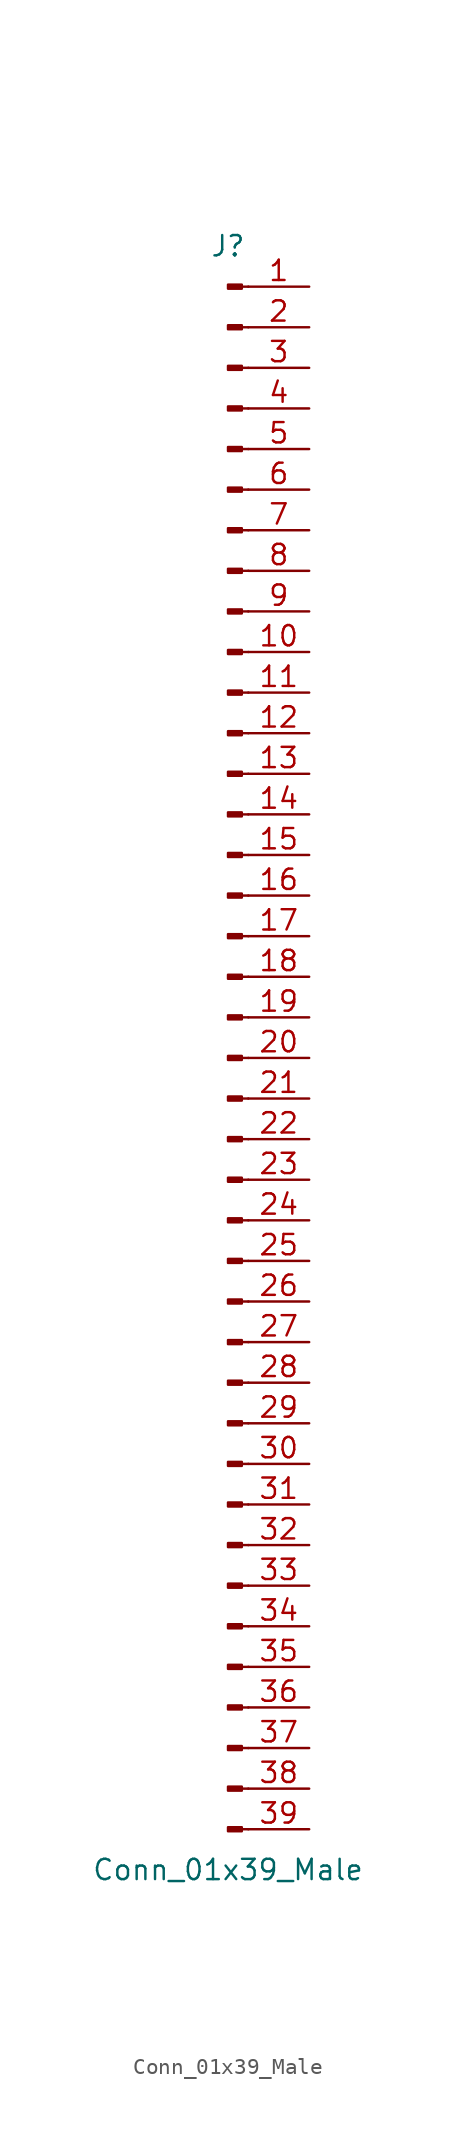
<source format=kicad_sym>
(kicad_symbol_lib
  (version 20220914)
  (generator kicad_symbol_editor)
  (symbol "Conn_01x39_Male"
    (pin_names
      (offset 1.016) hide)
    (property "Reference" "J"
      (at 0 50.8 0)
      (effects (font (size 1.27 1.27))))
    (property "Value" "Conn_01x39_Male"
      (at 0 -50.8 0)
      (effects (font (size 1.27 1.27))))
    (symbol "Conn_01x39_Male_1_1"
      (polyline (pts (xy 1.27 -48.26) (xy 0.864 -48.26)) (stroke (width 0.152) (type default)) (fill (type none)))
      (polyline (pts (xy 1.27 -45.72) (xy 0.864 -45.72)) (stroke (width 0.152) (type default)) (fill (type none)))
      (polyline (pts (xy 1.27 -43.18) (xy 0.864 -43.18)) (stroke (width 0.152) (type default)) (fill (type none)))
      (polyline (pts (xy 1.27 -40.64) (xy 0.864 -40.64)) (stroke (width 0.152) (type default)) (fill (type none)))
      (polyline (pts (xy 1.27 -38.1) (xy 0.864 -38.1)) (stroke (width 0.152) (type default)) (fill (type none)))
      (polyline (pts (xy 1.27 -35.56) (xy 0.864 -35.56)) (stroke (width 0.152) (type default)) (fill (type none)))
      (polyline (pts (xy 1.27 -33.02) (xy 0.864 -33.02)) (stroke (width 0.152) (type default)) (fill (type none)))
      (polyline (pts (xy 1.27 -30.48) (xy 0.864 -30.48)) (stroke (width 0.152) (type default)) (fill (type none)))
      (polyline (pts (xy 1.27 -27.94) (xy 0.864 -27.94)) (stroke (width 0.152) (type default)) (fill (type none)))
      (polyline (pts (xy 1.27 -25.4) (xy 0.864 -25.4)) (stroke (width 0.152) (type default)) (fill (type none)))
      (polyline (pts (xy 1.27 -22.86) (xy 0.864 -22.86)) (stroke (width 0.152) (type default)) (fill (type none)))
      (polyline (pts (xy 1.27 -20.32) (xy 0.864 -20.32)) (stroke (width 0.152) (type default)) (fill (type none)))
      (polyline (pts (xy 1.27 -17.78) (xy 0.864 -17.78)) (stroke (width 0.152) (type default)) (fill (type none)))
      (polyline (pts (xy 1.27 -15.24) (xy 0.864 -15.24)) (stroke (width 0.152) (type default)) (fill (type none)))
      (polyline (pts (xy 1.27 -12.7) (xy 0.864 -12.7)) (stroke (width 0.152) (type default)) (fill (type none)))
      (polyline (pts (xy 1.27 -10.16) (xy 0.864 -10.16)) (stroke (width 0.152) (type default)) (fill (type none)))
      (polyline (pts (xy 1.27 -7.62) (xy 0.864 -7.62)) (stroke (width 0.152) (type default)) (fill (type none)))
      (polyline (pts (xy 1.27 -5.08) (xy 0.864 -5.08)) (stroke (width 0.152) (type default)) (fill (type none)))
      (polyline (pts (xy 1.27 -2.54) (xy 0.864 -2.54)) (stroke (width 0.152) (type default)) (fill (type none)))
      (polyline (pts (xy 1.27 0) (xy 0.864 0)) (stroke (width 0.152) (type default)) (fill (type none)))
      (polyline (pts (xy 1.27 2.54) (xy 0.864 2.54)) (stroke (width 0.152) (type default)) (fill (type none)))
      (polyline (pts (xy 1.27 5.08) (xy 0.864 5.08)) (stroke (width 0.152) (type default)) (fill (type none)))
      (polyline (pts (xy 1.27 7.62) (xy 0.864 7.62)) (stroke (width 0.152) (type default)) (fill (type none)))
      (polyline (pts (xy 1.27 10.16) (xy 0.864 10.16)) (stroke (width 0.152) (type default)) (fill (type none)))
      (polyline (pts (xy 1.27 12.7) (xy 0.864 12.7)) (stroke (width 0.152) (type default)) (fill (type none)))
      (polyline (pts (xy 1.27 15.24) (xy 0.864 15.24)) (stroke (width 0.152) (type default)) (fill (type none)))
      (polyline (pts (xy 1.27 17.78) (xy 0.864 17.78)) (stroke (width 0.152) (type default)) (fill (type none)))
      (polyline (pts (xy 1.27 20.32) (xy 0.864 20.32)) (stroke (width 0.152) (type default)) (fill (type none)))
      (polyline (pts (xy 1.27 22.86) (xy 0.864 22.86)) (stroke (width 0.152) (type default)) (fill (type none)))
      (polyline (pts (xy 1.27 25.4) (xy 0.864 25.4)) (stroke (width 0.152) (type default)) (fill (type none)))
      (polyline (pts (xy 1.27 27.94) (xy 0.864 27.94)) (stroke (width 0.152) (type default)) (fill (type none)))
      (polyline (pts (xy 1.27 30.48) (xy 0.864 30.48)) (stroke (width 0.152) (type default)) (fill (type none)))
      (polyline (pts (xy 1.27 33.02) (xy 0.864 33.02)) (stroke (width 0.152) (type default)) (fill (type none)))
      (polyline (pts (xy 1.27 35.56) (xy 0.864 35.56)) (stroke (width 0.152) (type default)) (fill (type none)))
      (polyline (pts (xy 1.27 38.1) (xy 0.864 38.1)) (stroke (width 0.152) (type default)) (fill (type none)))
      (polyline (pts (xy 1.27 40.64) (xy 0.864 40.64)) (stroke (width 0.152) (type default)) (fill (type none)))
      (polyline (pts (xy 1.27 43.18) (xy 0.864 43.18)) (stroke (width 0.152) (type default)) (fill (type none)))
      (polyline (pts (xy 1.27 45.72) (xy 0.864 45.72)) (stroke (width 0.152) (type default)) (fill (type none)))
      (polyline (pts (xy 1.27 48.26) (xy 0.864 48.26)) (stroke (width 0.152) (type default)) (fill (type none)))
      (rectangle (start 0.864 -48.133) (end 0 -48.387) (stroke (width 0.152) (type default)) (fill (type outline)))
      (rectangle (start 0.864 -45.593) (end 0 -45.847) (stroke (width 0.152) (type default)) (fill (type outline)))
      (rectangle (start 0.864 -43.053) (end 0 -43.307) (stroke (width 0.152) (type default)) (fill (type outline)))
      (rectangle (start 0.864 -40.513) (end 0 -40.767) (stroke (width 0.152) (type default)) (fill (type outline)))
      (rectangle (start 0.864 -37.973) (end 0 -38.227) (stroke (width 0.152) (type default)) (fill (type outline)))
      (rectangle (start 0.864 -35.433) (end 0 -35.687) (stroke (width 0.152) (type default)) (fill (type outline)))
      (rectangle (start 0.864 -32.893) (end 0 -33.147) (stroke (width 0.152) (type default)) (fill (type outline)))
      (rectangle (start 0.864 -30.353) (end 0 -30.607) (stroke (width 0.152) (type default)) (fill (type outline)))
      (rectangle (start 0.864 -27.813) (end 0 -28.067) (stroke (width 0.152) (type default)) (fill (type outline)))
      (rectangle (start 0.864 -25.273) (end 0 -25.527) (stroke (width 0.152) (type default)) (fill (type outline)))
      (rectangle (start 0.864 -22.733) (end 0 -22.987) (stroke (width 0.152) (type default)) (fill (type outline)))
      (rectangle (start 0.864 -20.193) (end 0 -20.447) (stroke (width 0.152) (type default)) (fill (type outline)))
      (rectangle (start 0.864 -17.653) (end 0 -17.907) (stroke (width 0.152) (type default)) (fill (type outline)))
      (rectangle (start 0.864 -15.113) (end 0 -15.367) (stroke (width 0.152) (type default)) (fill (type outline)))
      (rectangle (start 0.864 -12.573) (end 0 -12.827) (stroke (width 0.152) (type default)) (fill (type outline)))
      (rectangle (start 0.864 -10.033) (end 0 -10.287) (stroke (width 0.152) (type default)) (fill (type outline)))
      (rectangle (start 0.864 -7.493) (end 0 -7.747) (stroke (width 0.152) (type default)) (fill (type outline)))
      (rectangle (start 0.864 -4.953) (end 0 -5.207) (stroke (width 0.152) (type default)) (fill (type outline)))
      (rectangle (start 0.864 -2.413) (end 0 -2.667) (stroke (width 0.152) (type default)) (fill (type outline)))
      (rectangle (start 0.864 0.127) (end 0 -0.127) (stroke (width 0.152) (type default)) (fill (type outline)))
      (rectangle (start 0.864 2.667) (end 0 2.413) (stroke (width 0.152) (type default)) (fill (type outline)))
      (rectangle (start 0.864 5.207) (end 0 4.953) (stroke (width 0.152) (type default)) (fill (type outline)))
      (rectangle (start 0.864 7.747) (end 0 7.493) (stroke (width 0.152) (type default)) (fill (type outline)))
      (rectangle (start 0.864 10.287) (end 0 10.033) (stroke (width 0.152) (type default)) (fill (type outline)))
      (rectangle (start 0.864 12.827) (end 0 12.573) (stroke (width 0.152) (type default)) (fill (type outline)))
      (rectangle (start 0.864 15.367) (end 0 15.113) (stroke (width 0.152) (type default)) (fill (type outline)))
      (rectangle (start 0.864 17.907) (end 0 17.653) (stroke (width 0.152) (type default)) (fill (type outline)))
      (rectangle (start 0.864 20.447) (end 0 20.193) (stroke (width 0.152) (type default)) (fill (type outline)))
      (rectangle (start 0.864 22.987) (end 0 22.733) (stroke (width 0.152) (type default)) (fill (type outline)))
      (rectangle (start 0.864 25.527) (end 0 25.273) (stroke (width 0.152) (type default)) (fill (type outline)))
      (rectangle (start 0.864 28.067) (end 0 27.813) (stroke (width 0.152) (type default)) (fill (type outline)))
      (rectangle (start 0.864 30.607) (end 0 30.353) (stroke (width 0.152) (type default)) (fill (type outline)))
      (rectangle (start 0.864 33.147) (end 0 32.893) (stroke (width 0.152) (type default)) (fill (type outline)))
      (rectangle (start 0.864 35.687) (end 0 35.433) (stroke (width 0.152) (type default)) (fill (type outline)))
      (rectangle (start 0.864 38.227) (end 0 37.973) (stroke (width 0.152) (type default)) (fill (type outline)))
      (rectangle (start 0.864 40.767) (end 0 40.513) (stroke (width 0.152) (type default)) (fill (type outline)))
      (rectangle (start 0.864 43.307) (end 0 43.053) (stroke (width 0.152) (type default)) (fill (type outline)))
      (rectangle (start 0.864 45.847) (end 0 45.593) (stroke (width 0.152) (type default)) (fill (type outline)))
      (rectangle (start 0.864 48.387) (end 0 48.133) (stroke (width 0.152) (type default)) (fill (type outline)))
      (pin passive line (at 5.08 48.26 180) (length 3.81) (name "Pin_1" (effects (font (size 1.27 1.27)))) (number "1" (effects (font (size 1.27 1.27)))))
      (pin passive line (at 5.08 25.4 180) (length 3.81) (name "Pin_10" (effects (font (size 1.27 1.27)))) (number "10" (effects (font (size 1.27 1.27)))))
      (pin passive line (at 5.08 22.86 180) (length 3.81) (name "Pin_11" (effects (font (size 1.27 1.27)))) (number "11" (effects (font (size 1.27 1.27)))))
      (pin passive line (at 5.08 20.32 180) (length 3.81) (name "Pin_12" (effects (font (size 1.27 1.27)))) (number "12" (effects (font (size 1.27 1.27)))))
      (pin passive line (at 5.08 17.78 180) (length 3.81) (name "Pin_13" (effects (font (size 1.27 1.27)))) (number "13" (effects (font (size 1.27 1.27)))))
      (pin passive line (at 5.08 15.24 180) (length 3.81) (name "Pin_14" (effects (font (size 1.27 1.27)))) (number "14" (effects (font (size 1.27 1.27)))))
      (pin passive line (at 5.08 12.7 180) (length 3.81) (name "Pin_15" (effects (font (size 1.27 1.27)))) (number "15" (effects (font (size 1.27 1.27)))))
      (pin passive line (at 5.08 10.16 180) (length 3.81) (name "Pin_16" (effects (font (size 1.27 1.27)))) (number "16" (effects (font (size 1.27 1.27)))))
      (pin passive line (at 5.08 7.62 180) (length 3.81) (name "Pin_17" (effects (font (size 1.27 1.27)))) (number "17" (effects (font (size 1.27 1.27)))))
      (pin passive line (at 5.08 5.08 180) (length 3.81) (name "Pin_18" (effects (font (size 1.27 1.27)))) (number "18" (effects (font (size 1.27 1.27)))))
      (pin passive line (at 5.08 2.54 180) (length 3.81) (name "Pin_19" (effects (font (size 1.27 1.27)))) (number "19" (effects (font (size 1.27 1.27)))))
      (pin passive line (at 5.08 45.72 180) (length 3.81) (name "Pin_2" (effects (font (size 1.27 1.27)))) (number "2" (effects (font (size 1.27 1.27)))))
      (pin passive line (at 5.08 0 180) (length 3.81) (name "Pin_20" (effects (font (size 1.27 1.27)))) (number "20" (effects (font (size 1.27 1.27)))))
      (pin passive line (at 5.08 -2.54 180) (length 3.81) (name "Pin_21" (effects (font (size 1.27 1.27)))) (number "21" (effects (font (size 1.27 1.27)))))
      (pin passive line (at 5.08 -5.08 180) (length 3.81) (name "Pin_22" (effects (font (size 1.27 1.27)))) (number "22" (effects (font (size 1.27 1.27)))))
      (pin passive line (at 5.08 -7.62 180) (length 3.81) (name "Pin_23" (effects (font (size 1.27 1.27)))) (number "23" (effects (font (size 1.27 1.27)))))
      (pin passive line (at 5.08 -10.16 180) (length 3.81) (name "Pin_24" (effects (font (size 1.27 1.27)))) (number "24" (effects (font (size 1.27 1.27)))))
      (pin passive line (at 5.08 -12.7 180) (length 3.81) (name "Pin_25" (effects (font (size 1.27 1.27)))) (number "25" (effects (font (size 1.27 1.27)))))
      (pin passive line (at 5.08 -15.24 180) (length 3.81) (name "Pin_26" (effects (font (size 1.27 1.27)))) (number "26" (effects (font (size 1.27 1.27)))))
      (pin passive line (at 5.08 -17.78 180) (length 3.81) (name "Pin_27" (effects (font (size 1.27 1.27)))) (number "27" (effects (font (size 1.27 1.27)))))
      (pin passive line (at 5.08 -20.32 180) (length 3.81) (name "Pin_28" (effects (font (size 1.27 1.27)))) (number "28" (effects (font (size 1.27 1.27)))))
      (pin passive line (at 5.08 -22.86 180) (length 3.81) (name "Pin_29" (effects (font (size 1.27 1.27)))) (number "29" (effects (font (size 1.27 1.27)))))
      (pin passive line (at 5.08 43.18 180) (length 3.81) (name "Pin_3" (effects (font (size 1.27 1.27)))) (number "3" (effects (font (size 1.27 1.27)))))
      (pin passive line (at 5.08 -25.4 180) (length 3.81) (name "Pin_30" (effects (font (size 1.27 1.27)))) (number "30" (effects (font (size 1.27 1.27)))))
      (pin passive line (at 5.08 -27.94 180) (length 3.81) (name "Pin_31" (effects (font (size 1.27 1.27)))) (number "31" (effects (font (size 1.27 1.27)))))
      (pin passive line (at 5.08 -30.48 180) (length 3.81) (name "Pin_32" (effects (font (size 1.27 1.27)))) (number "32" (effects (font (size 1.27 1.27)))))
      (pin passive line (at 5.08 -33.02 180) (length 3.81) (name "Pin_33" (effects (font (size 1.27 1.27)))) (number "33" (effects (font (size 1.27 1.27)))))
      (pin passive line (at 5.08 -35.56 180) (length 3.81) (name "Pin_34" (effects (font (size 1.27 1.27)))) (number "34" (effects (font (size 1.27 1.27)))))
      (pin passive line (at 5.08 -38.1 180) (length 3.81) (name "Pin_35" (effects (font (size 1.27 1.27)))) (number "35" (effects (font (size 1.27 1.27)))))
      (pin passive line (at 5.08 -40.64 180) (length 3.81) (name "Pin_36" (effects (font (size 1.27 1.27)))) (number "36" (effects (font (size 1.27 1.27)))))
      (pin passive line (at 5.08 -43.18 180) (length 3.81) (name "Pin_37" (effects (font (size 1.27 1.27)))) (number "37" (effects (font (size 1.27 1.27)))))
      (pin passive line (at 5.08 -45.72 180) (length 3.81) (name "Pin_38" (effects (font (size 1.27 1.27)))) (number "38" (effects (font (size 1.27 1.27)))))
      (pin passive line (at 5.08 -48.26 180) (length 3.81) (name "Pin_39" (effects (font (size 1.27 1.27)))) (number "39" (effects (font (size 1.27 1.27)))))
      (pin passive line (at 5.08 40.64 180) (length 3.81) (name "Pin_4" (effects (font (size 1.27 1.27)))) (number "4" (effects (font (size 1.27 1.27)))))
      (pin passive line (at 5.08 38.1 180) (length 3.81) (name "Pin_5" (effects (font (size 1.27 1.27)))) (number "5" (effects (font (size 1.27 1.27)))))
      (pin passive line (at 5.08 35.56 180) (length 3.81) (name "Pin_6" (effects (font (size 1.27 1.27)))) (number "6" (effects (font (size 1.27 1.27)))))
      (pin passive line (at 5.08 33.02 180) (length 3.81) (name "Pin_7" (effects (font (size 1.27 1.27)))) (number "7" (effects (font (size 1.27 1.27)))))
      (pin passive line (at 5.08 30.48 180) (length 3.81) (name "Pin_8" (effects (font (size 1.27 1.27)))) (number "8" (effects (font (size 1.27 1.27)))))
      (pin passive line (at 5.08 27.94 180) (length 3.81) (name "Pin_9" (effects (font (size 1.27 1.27)))) (number "9" (effects (font (size 1.27 1.27))))))))
</source>
